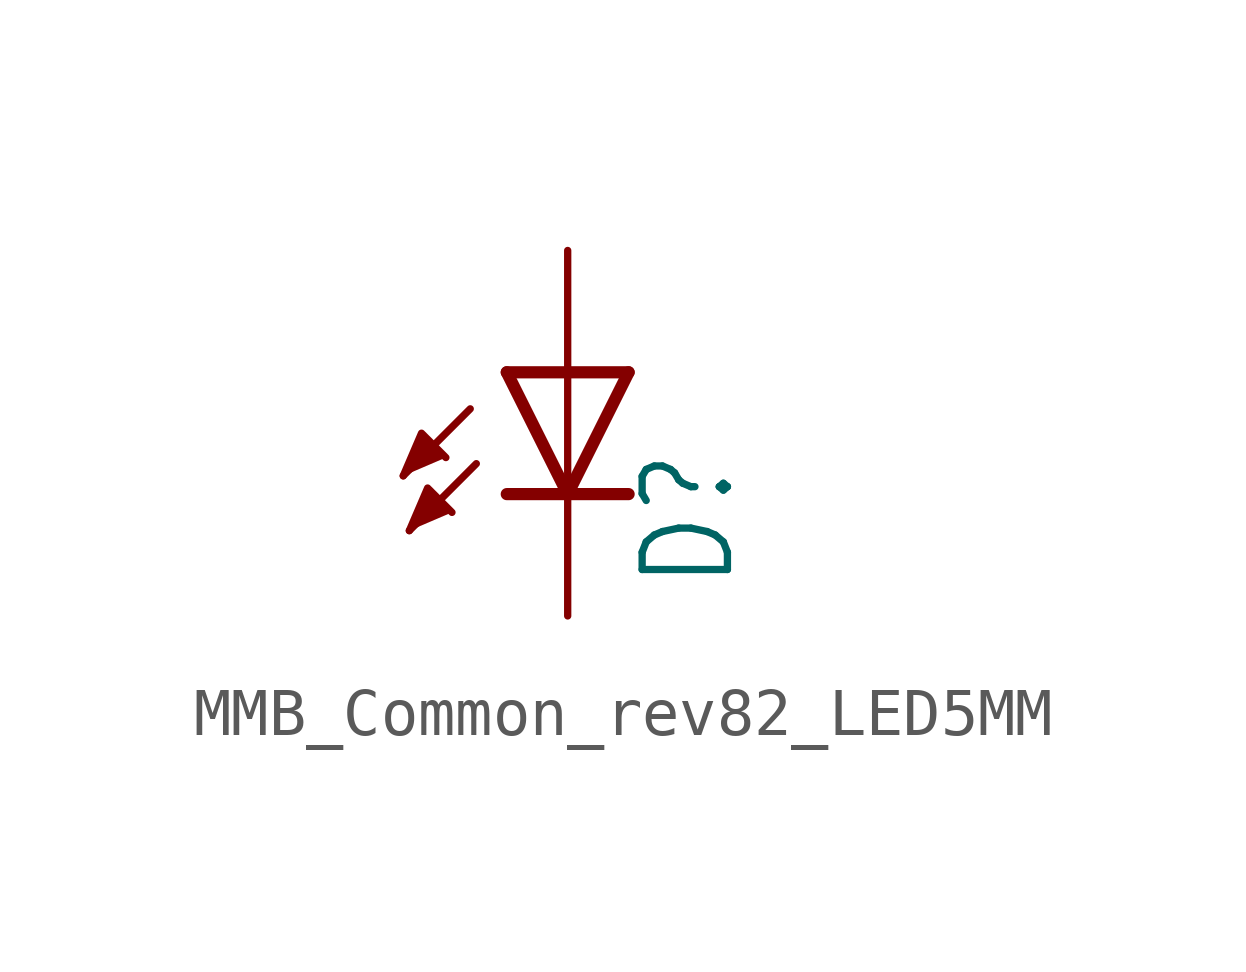
<source format=kicad_sym>
(kicad_symbol_lib
  (version 20220914)
  (generator kicad_symbol_editor)
  (symbol "MMB_Common_rev82_LED5MM"
    (property "Reference" "D"
      (at 3.556 -4.572 90)
      (effects (font (size 1.778 1.511)) (justify left bottom)))
    (property "Value" ""
      (at 5.715 -4.572 90)
      (effects (font (size 1.778 1.511)) (justify left bottom)))
    (property "ki_locked" ""
      (at 0 0 0)
      (effects (font (size 1.27 1.27))))
    (symbol "MMB_Common_rev82_LED5MM_1_0"
      (polyline (pts (xy -2.032 -0.762) (xy -3.429 -2.159)) (stroke (width 0.152) (type solid)) (fill (type none)))
      (polyline (pts (xy -1.905 -1.905) (xy -3.302 -3.302)) (stroke (width 0.152) (type solid)) (fill (type none)))
      (polyline (pts (xy 0 -2.54) (xy -1.27 -2.54)) (stroke (width 0.254) (type solid)) (fill (type none)))
      (polyline (pts (xy 0 -2.54) (xy -1.27 0)) (stroke (width 0.254) (type solid)) (fill (type none)))
      (polyline (pts (xy 0 0) (xy -1.27 0)) (stroke (width 0.254) (type solid)) (fill (type none)))
      (polyline (pts (xy 0 0) (xy 0 -2.54)) (stroke (width 0.152) (type solid)) (fill (type none)))
      (polyline (pts (xy 1.27 -2.54) (xy 0 -2.54)) (stroke (width 0.254) (type solid)) (fill (type none)))
      (polyline (pts (xy 1.27 0) (xy 0 -2.54)) (stroke (width 0.254) (type solid)) (fill (type none)))
      (polyline (pts (xy 1.27 0) (xy 0 0)) (stroke (width 0.254) (type solid)) (fill (type none)))
      (polyline (pts (xy -3.429 -2.159) (xy -3.048 -1.27) (xy -2.54 -1.778)) (stroke (width 0.152) (type solid)) (fill (type outline)))
      (polyline (pts (xy -3.302 -3.302) (xy -2.921 -2.413) (xy -2.413 -2.921)) (stroke (width 0.152) (type solid)) (fill (type outline)))
      (pin passive line (at 0 2.54 270) (length 2.54) (name "A" (effects (font (size 0 0)))) (number "A" (effects (font (size 0 0)))))
      (pin passive line (at 0 -5.08 90) (length 2.54) (name "C" (effects (font (size 0 0)))) (number "K" (effects (font (size 0 0))))))))
</source>
